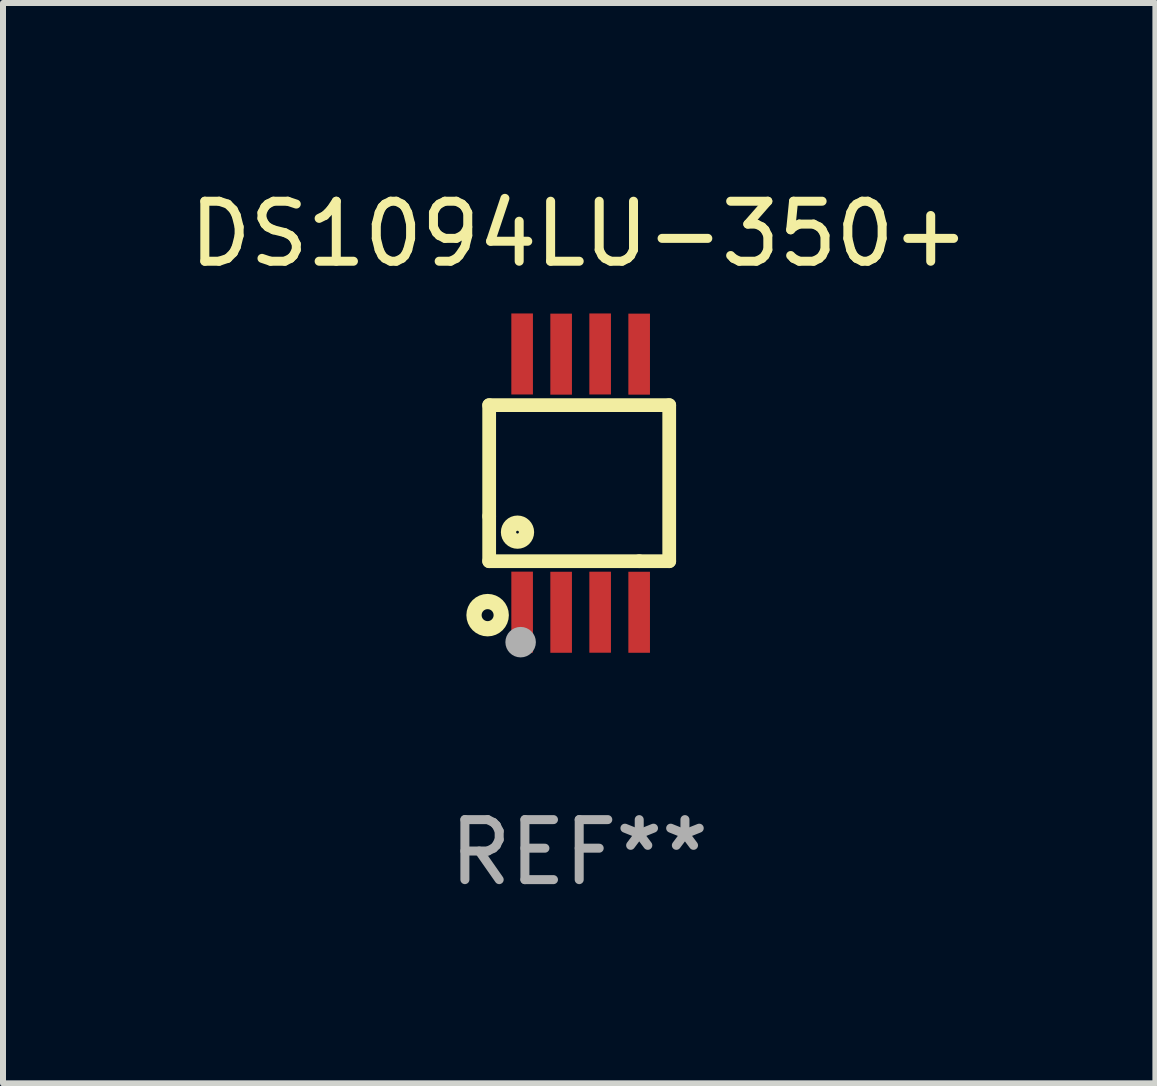
<source format=kicad_pcb>
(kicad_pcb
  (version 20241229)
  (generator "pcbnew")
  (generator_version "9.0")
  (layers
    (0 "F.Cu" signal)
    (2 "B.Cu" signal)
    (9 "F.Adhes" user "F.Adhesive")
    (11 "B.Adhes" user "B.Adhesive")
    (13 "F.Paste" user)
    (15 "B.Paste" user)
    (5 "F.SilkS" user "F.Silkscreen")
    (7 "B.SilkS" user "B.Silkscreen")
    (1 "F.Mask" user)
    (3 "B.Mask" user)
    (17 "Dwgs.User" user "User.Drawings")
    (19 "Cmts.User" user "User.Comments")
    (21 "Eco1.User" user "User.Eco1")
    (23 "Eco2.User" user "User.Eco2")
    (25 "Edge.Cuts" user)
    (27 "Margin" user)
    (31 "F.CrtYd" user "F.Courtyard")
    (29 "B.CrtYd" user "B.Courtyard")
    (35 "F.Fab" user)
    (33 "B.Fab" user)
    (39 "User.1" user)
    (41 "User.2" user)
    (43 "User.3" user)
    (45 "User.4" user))
  (footprint "DS1094LU-350+"
    (layer "F.Cu")
    (at 6.601 5)
    (property "Reference" "DS1094LU-350+" (at 0 -4.152 0) (layer "F.SilkS") (effects (font (size 1 1) (thickness 0.15))))
    (attr through_hole)
    (fp_line (start -1.5 1.301) (end 1 1.301) (stroke (width 0.229) (type solid)) (layer "F.SilkS"))
    (fp_line (start -1.5 -1.299) (end -1.5 0.551) (stroke (width 0.229) (type solid)) (layer "F.SilkS"))
    (fp_line (start -1.5 0.551) (end -1.5 1.301) (stroke (width 0.229) (type solid)) (layer "F.SilkS"))
    (fp_line (start 1 1.301) (end 1.5 1.301) (stroke (width 0.229) (type solid)) (layer "F.SilkS"))
    (fp_line (start 1.5 1.301) (end 1.5 -1.299) (stroke (width 0.229) (type solid)) (layer "F.SilkS"))
    (fp_line (start 1.5 -1.299) (end -1.5 -1.299) (stroke (width 0.229) (type solid)) (layer "F.SilkS"))
    (fp_circle (center -1.526 2.2) (end -1.426 2.2) (stroke (width 0.254) (type solid)) (fill no) (layer "F.SilkS"))
    (fp_circle (center -1.476 2.45) (end -1.446 2.45) (stroke (width 0.06) (type solid)) (fill no) (layer "F.SilkS"))
    (fp_circle (center -1.028 0.817) (end -0.878 0.817) (stroke (width 0.254) (type solid)) (fill no) (layer "F.SilkS"))
    (fp_circle (center -0.976 2.65) (end -0.849 2.65) (stroke (width 0.254) (type solid)) (fill no) (layer "F.Fab"))
    (fp_text user "REF**" (at 0 6.152 0) (layer "F.Fab") (effects (font (size 1 1) (thickness 0.15))))
    (pad "1" smd rect (at -0.951 2.15) (size 0.36 1.35) (layers "F.Cu" "F.Mask" "F.Paste"))
    (pad "2" smd rect (at -0.301 2.152) (size 0.36 1.35) (layers "F.Cu" "F.Mask" "F.Paste"))
    (pad "3" smd rect (at 0.349 2.151) (size 0.36 1.35) (layers "F.Cu" "F.Mask" "F.Paste"))
    (pad "4" smd rect (at 0.999 2.152) (size 0.36 1.35) (layers "F.Cu" "F.Mask" "F.Paste"))
    (pad "5" smd rect (at 0.999 -2.149) (size 0.36 1.35) (layers "F.Cu" "F.Mask" "F.Paste"))
    (pad "6" smd rect (at 0.349 -2.152) (size 0.36 1.35) (layers "F.Cu" "F.Mask" "F.Paste"))
    (pad "7" smd rect (at -0.301 -2.149) (size 0.36 1.35) (layers "F.Cu" "F.Mask" "F.Paste"))
    (pad "8" smd rect (at -0.951 -2.152) (size 0.36 1.35) (layers "F.Cu" "F.Mask" "F.Paste")))
  (gr_rect
    (start -3 -3)
    (end 16.202 15.001)
    (stroke (width 0.1) (type default))
    (fill no)
    (layer "Edge.Cuts")))
</source>
